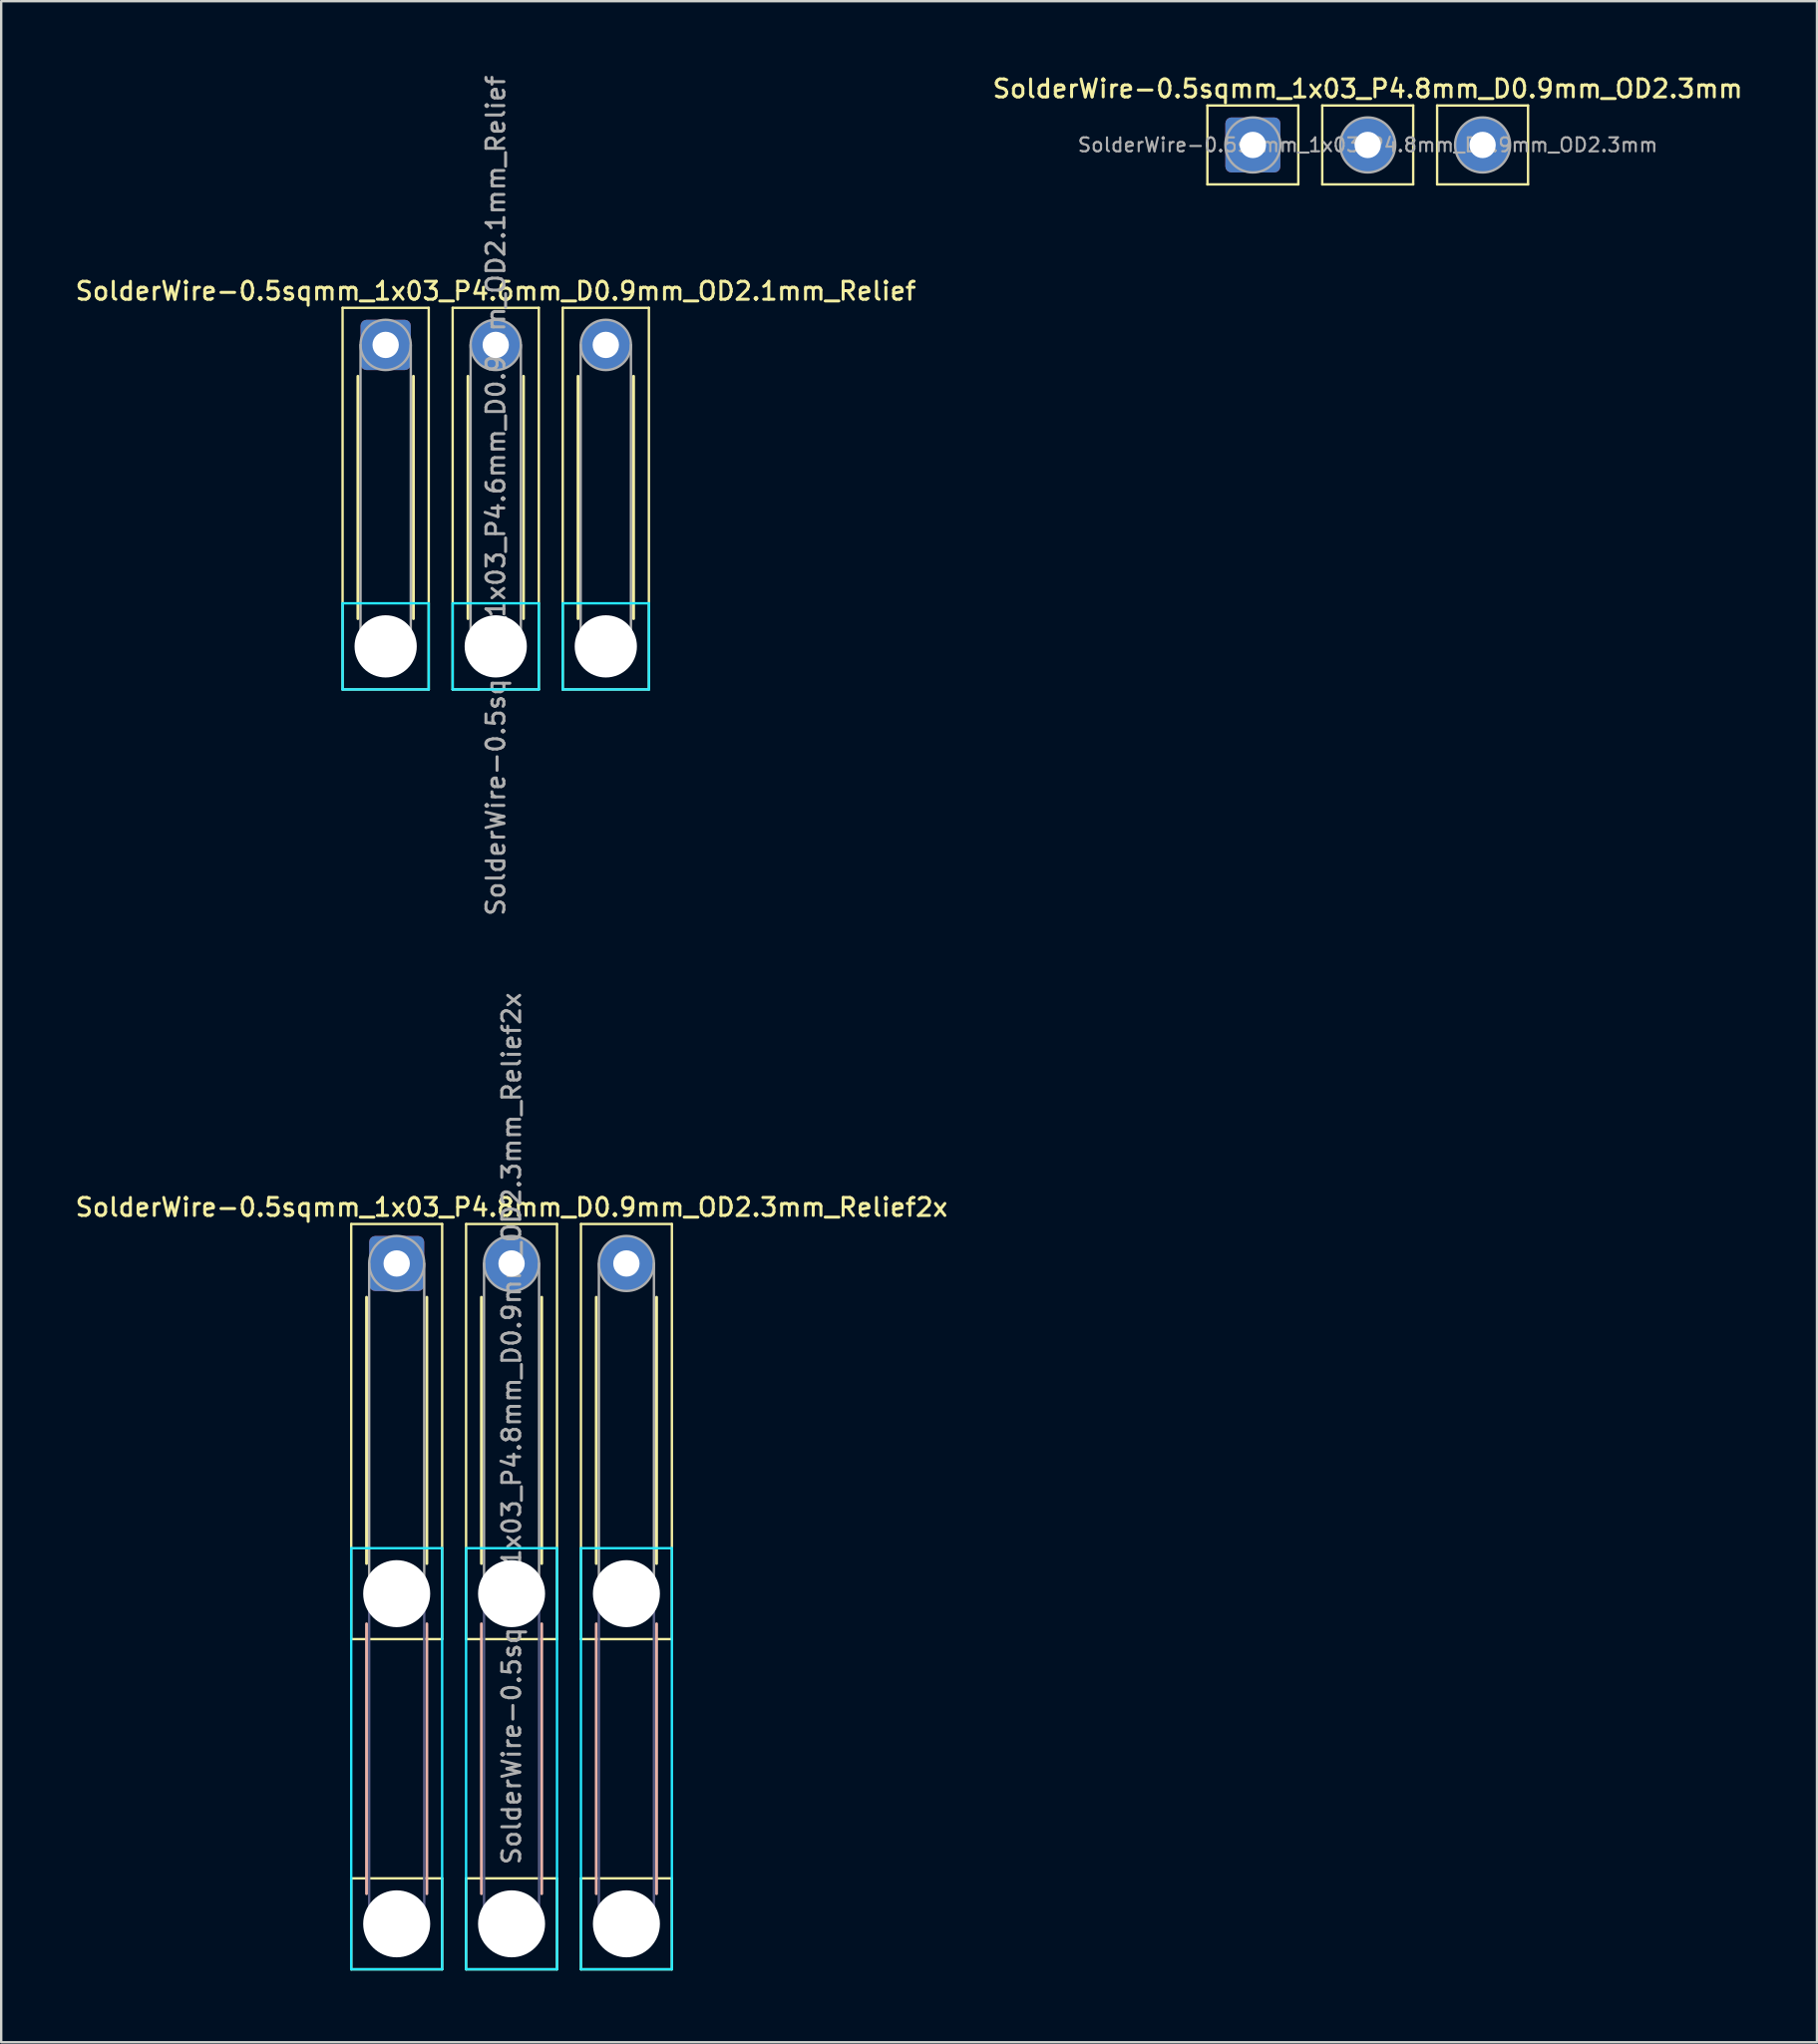
<source format=kicad_pcb>
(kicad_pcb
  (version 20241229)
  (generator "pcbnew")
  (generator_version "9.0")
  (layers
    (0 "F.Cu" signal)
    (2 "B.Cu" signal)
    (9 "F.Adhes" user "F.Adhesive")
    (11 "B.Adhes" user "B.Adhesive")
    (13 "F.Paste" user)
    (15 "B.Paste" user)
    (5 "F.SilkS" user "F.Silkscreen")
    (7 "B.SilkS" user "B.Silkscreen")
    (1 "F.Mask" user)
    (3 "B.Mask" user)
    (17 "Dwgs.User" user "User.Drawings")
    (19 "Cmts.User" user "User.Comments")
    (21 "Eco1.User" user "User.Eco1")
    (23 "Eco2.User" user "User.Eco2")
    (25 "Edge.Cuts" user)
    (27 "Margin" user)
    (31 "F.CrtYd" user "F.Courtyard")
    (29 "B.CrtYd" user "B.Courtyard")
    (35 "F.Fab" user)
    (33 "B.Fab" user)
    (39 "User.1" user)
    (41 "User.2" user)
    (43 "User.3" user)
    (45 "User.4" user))
  (footprint "SolderWire-0.5sqmm_1x03_P4.6mm_D0.9mm_OD2.1mm_Relief"
    (layer "F.Cu")
    (at 13.066 11.366)
    (property "Reference" "SolderWire-0.5sqmm_1x03_P4.6mm_D0.9mm_OD2.1mm_Relief" (at 4.6 -2.25 0) (layer "F.SilkS") (effects (font (size 0.75 0.75) (thickness 0.125))))
    (attr exclude_from_pos_files exclude_from_bom)
    (fp_line (start -1.8 -1.55) (end -1.8 14.4) (stroke (width 0.1) (type solid)) (layer "F.SilkS"))
    (fp_line (start -1.8 14.4) (end 1.8 14.4) (stroke (width 0.1) (type solid)) (layer "F.SilkS"))
    (fp_line (start -1.16 1.31) (end -1.16 11.44) (stroke (width 0.12) (type solid)) (layer "F.SilkS"))
    (fp_line (start 1.16 1.31) (end 1.16 11.44) (stroke (width 0.12) (type solid)) (layer "F.SilkS"))
    (fp_line (start 1.8 -1.55) (end -1.8 -1.55) (stroke (width 0.1) (type solid)) (layer "F.SilkS"))
    (fp_line (start 1.8 14.4) (end 1.8 -1.55) (stroke (width 0.1) (type solid)) (layer "F.SilkS"))
    (fp_line (start 2.8 -1.55) (end 2.8 14.4) (stroke (width 0.1) (type solid)) (layer "F.SilkS"))
    (fp_line (start 2.8 14.4) (end 6.4 14.4) (stroke (width 0.1) (type solid)) (layer "F.SilkS"))
    (fp_line (start 3.44 1.31) (end 3.44 11.44) (stroke (width 0.12) (type solid)) (layer "F.SilkS"))
    (fp_line (start 5.76 1.31) (end 5.76 11.44) (stroke (width 0.12) (type solid)) (layer "F.SilkS"))
    (fp_line (start 6.4 -1.55) (end 2.8 -1.55) (stroke (width 0.1) (type solid)) (layer "F.SilkS"))
    (fp_line (start 6.4 14.4) (end 6.4 -1.55) (stroke (width 0.1) (type solid)) (layer "F.SilkS"))
    (fp_line (start 7.4 -1.55) (end 7.4 14.4) (stroke (width 0.1) (type solid)) (layer "F.SilkS"))
    (fp_line (start 7.4 14.4) (end 11 14.4) (stroke (width 0.1) (type solid)) (layer "F.SilkS"))
    (fp_line (start 8.04 1.31) (end 8.04 11.44) (stroke (width 0.12) (type solid)) (layer "F.SilkS"))
    (fp_line (start 10.36 1.31) (end 10.36 11.44) (stroke (width 0.12) (type solid)) (layer "F.SilkS"))
    (fp_line (start 11 -1.55) (end 7.4 -1.55) (stroke (width 0.1) (type solid)) (layer "F.SilkS"))
    (fp_line (start 11 14.4) (end 11 -1.55) (stroke (width 0.1) (type solid)) (layer "F.SilkS"))
    (fp_line (start -1.8 10.8) (end -1.8 14.4) (stroke (width 0.1) (type solid)) (layer "B.CrtYd"))
    (fp_line (start -1.8 14.4) (end 1.8 14.4) (stroke (width 0.1) (type solid)) (layer "B.CrtYd"))
    (fp_line (start 1.8 10.8) (end -1.8 10.8) (stroke (width 0.1) (type solid)) (layer "B.CrtYd"))
    (fp_line (start 1.8 14.4) (end 1.8 10.8) (stroke (width 0.1) (type solid)) (layer "B.CrtYd"))
    (fp_line (start 2.8 10.8) (end 2.8 14.4) (stroke (width 0.1) (type solid)) (layer "B.CrtYd"))
    (fp_line (start 2.8 14.4) (end 6.4 14.4) (stroke (width 0.1) (type solid)) (layer "B.CrtYd"))
    (fp_line (start 6.4 10.8) (end 2.8 10.8) (stroke (width 0.1) (type solid)) (layer "B.CrtYd"))
    (fp_line (start 6.4 14.4) (end 6.4 10.8) (stroke (width 0.1) (type solid)) (layer "B.CrtYd"))
    (fp_line (start 7.4 10.8) (end 7.4 14.4) (stroke (width 0.1) (type solid)) (layer "B.CrtYd"))
    (fp_line (start 7.4 14.4) (end 11 14.4) (stroke (width 0.1) (type solid)) (layer "B.CrtYd"))
    (fp_line (start 11 10.8) (end 7.4 10.8) (stroke (width 0.1) (type solid)) (layer "B.CrtYd"))
    (fp_line (start 11 14.4) (end 11 10.8) (stroke (width 0.1) (type solid)) (layer "B.CrtYd"))
    (fp_line (start -1.05 0) (end -1.05 12.6) (stroke (width 0.1) (type solid)) (layer "F.Fab"))
    (fp_line (start 1.05 0) (end 1.05 12.6) (stroke (width 0.1) (type solid)) (layer "F.Fab"))
    (fp_line (start 3.55 0) (end 3.55 12.6) (stroke (width 0.1) (type solid)) (layer "F.Fab"))
    (fp_line (start 5.65 0) (end 5.65 12.6) (stroke (width 0.1) (type solid)) (layer "F.Fab"))
    (fp_line (start 8.15 0) (end 8.15 12.6) (stroke (width 0.1) (type solid)) (layer "F.Fab"))
    (fp_line (start 10.25 0) (end 10.25 12.6) (stroke (width 0.1) (type solid)) (layer "F.Fab"))
    (fp_circle (center 0 0) (end 1.05 0) (stroke (width 0.1) (type solid)) (fill no) (layer "F.Fab"))
    (fp_circle (center 0 12.6) (end 1.05 12.6) (stroke (width 0.1) (type solid)) (fill no) (layer "F.Fab"))
    (fp_circle (center 4.6 0) (end 5.65 0) (stroke (width 0.1) (type solid)) (fill no) (layer "F.Fab"))
    (fp_circle (center 4.6 12.6) (end 5.65 12.6) (stroke (width 0.1) (type solid)) (fill no) (layer "F.Fab"))
    (fp_circle (center 9.2 0) (end 10.25 0) (stroke (width 0.1) (type solid)) (fill no) (layer "F.Fab"))
    (fp_circle (center 9.2 12.6) (end 10.25 12.6) (stroke (width 0.1) (type solid)) (fill no) (layer "F.Fab"))
    (fp_text user "${REFERENCE}" (at 4.6 6.3 90) (layer "F.Fab") (effects (font (size 0.75 0.75) (thickness 0.125))))
    (pad "" np_thru_hole circle (at 0 12.6) (size 2.6 2.6) (drill 2.6) (layers "*.Cu" "*.Mask"))
    (pad "" np_thru_hole circle (at 4.6 12.6) (size 2.6 2.6) (drill 2.6) (layers "*.Cu" "*.Mask"))
    (pad "" np_thru_hole circle (at 9.2 12.6) (size 2.6 2.6) (drill 2.6) (layers "*.Cu" "*.Mask"))
    (pad "1" thru_hole roundrect (at 0 0) (size 2.1 2.1) (drill 1.1) (layers "*.Cu" "*.Mask") (roundrect_rratio 0.119))
    (pad "2" thru_hole circle (at 4.6 0) (size 2.1 2.1) (drill 1.1) (layers "*.Cu" "*.Mask"))
    (pad "3" thru_hole circle (at 9.2 0) (size 2.1 2.1) (drill 1.1) (layers "*.Cu" "*.Mask")))
  (footprint "SolderWire-0.5sqmm_1x03_P4.8mm_D0.9mm_OD2.3mm"
    (layer "F.Cu")
    (at 49.305 3.008)
    (property "Reference" "SolderWire-0.5sqmm_1x03_P4.8mm_D0.9mm_OD2.3mm" (at 4.8 -2.35 0) (layer "F.SilkS") (effects (font (size 0.75 0.75) (thickness 0.125))))
    (attr exclude_from_pos_files exclude_from_bom)
    (fp_line (start -1.9 -1.65) (end -1.9 1.65) (stroke (width 0.1) (type solid)) (layer "F.SilkS"))
    (fp_line (start -1.9 1.65) (end 1.9 1.65) (stroke (width 0.1) (type solid)) (layer "F.SilkS"))
    (fp_line (start 1.9 -1.65) (end -1.9 -1.65) (stroke (width 0.1) (type solid)) (layer "F.SilkS"))
    (fp_line (start 1.9 1.65) (end 1.9 -1.65) (stroke (width 0.1) (type solid)) (layer "F.SilkS"))
    (fp_line (start 2.9 -1.65) (end 2.9 1.65) (stroke (width 0.1) (type solid)) (layer "F.SilkS"))
    (fp_line (start 2.9 1.65) (end 6.7 1.65) (stroke (width 0.1) (type solid)) (layer "F.SilkS"))
    (fp_line (start 6.7 -1.65) (end 2.9 -1.65) (stroke (width 0.1) (type solid)) (layer "F.SilkS"))
    (fp_line (start 6.7 1.65) (end 6.7 -1.65) (stroke (width 0.1) (type solid)) (layer "F.SilkS"))
    (fp_line (start 7.7 -1.65) (end 7.7 1.65) (stroke (width 0.1) (type solid)) (layer "F.SilkS"))
    (fp_line (start 7.7 1.65) (end 11.5 1.65) (stroke (width 0.1) (type solid)) (layer "F.SilkS"))
    (fp_line (start 11.5 -1.65) (end 7.7 -1.65) (stroke (width 0.1) (type solid)) (layer "F.SilkS"))
    (fp_line (start 11.5 1.65) (end 11.5 -1.65) (stroke (width 0.1) (type solid)) (layer "F.SilkS"))
    (fp_circle (center 0 0) (end 1.15 0) (stroke (width 0.1) (type solid)) (fill no) (layer "F.Fab"))
    (fp_circle (center 4.8 0) (end 5.95 0) (stroke (width 0.1) (type solid)) (fill no) (layer "F.Fab"))
    (fp_circle (center 9.6 0) (end 10.75 0) (stroke (width 0.1) (type solid)) (fill no) (layer "F.Fab"))
    (fp_text user "${REFERENCE}" (at 4.8 0 0) (layer "F.Fab") (effects (font (size 0.58 0.58) (thickness 0.09))))
    (pad "1" thru_hole roundrect (at 0 0) (size 2.3 2.3) (drill 1.1) (layers "*.Cu" "*.Mask") (roundrect_rratio 0.109))
    (pad "2" thru_hole circle (at 4.8 0) (size 2.3 2.3) (drill 1.1) (layers "*.Cu" "*.Mask"))
    (pad "3" thru_hole circle (at 9.6 0) (size 2.3 2.3) (drill 1.1) (layers "*.Cu" "*.Mask")))
  (footprint "SolderWire-0.5sqmm_1x03_P4.8mm_D0.9mm_OD2.3mm_Relief2x"
    (layer "F.Cu")
    (at 13.527 49.759)
    (property "Reference" "SolderWire-0.5sqmm_1x03_P4.8mm_D0.9mm_OD2.3mm_Relief2x" (at 4.8 -2.35 0) (layer "F.SilkS") (effects (font (size 0.75 0.75) (thickness 0.125))))
    (attr exclude_from_pos_files exclude_from_bom)
    (fp_line (start -1.9 -1.65) (end -1.9 15.7) (stroke (width 0.1) (type solid)) (layer "F.SilkS"))
    (fp_line (start -1.9 15.7) (end 1.9 15.7) (stroke (width 0.1) (type solid)) (layer "F.SilkS"))
    (fp_line (start -1.9 25.7) (end -1.9 29.5) (stroke (width 0.1) (type solid)) (layer "F.SilkS"))
    (fp_line (start -1.9 29.5) (end 1.9 29.5) (stroke (width 0.1) (type solid)) (layer "F.SilkS"))
    (fp_line (start -1.26 1.41) (end -1.26 12.54) (stroke (width 0.12) (type solid)) (layer "F.SilkS"))
    (fp_line (start 1.26 1.41) (end 1.26 12.54) (stroke (width 0.12) (type solid)) (layer "F.SilkS"))
    (fp_line (start 1.9 -1.65) (end -1.9 -1.65) (stroke (width 0.1) (type solid)) (layer "F.SilkS"))
    (fp_line (start 1.9 15.7) (end 1.9 -1.65) (stroke (width 0.1) (type solid)) (layer "F.SilkS"))
    (fp_line (start 1.9 25.7) (end -1.9 25.7) (stroke (width 0.1) (type solid)) (layer "F.SilkS"))
    (fp_line (start 1.9 29.5) (end 1.9 25.7) (stroke (width 0.1) (type solid)) (layer "F.SilkS"))
    (fp_line (start 2.9 -1.65) (end 2.9 15.7) (stroke (width 0.1) (type solid)) (layer "F.SilkS"))
    (fp_line (start 2.9 15.7) (end 6.7 15.7) (stroke (width 0.1) (type solid)) (layer "F.SilkS"))
    (fp_line (start 2.9 25.7) (end 2.9 29.5) (stroke (width 0.1) (type solid)) (layer "F.SilkS"))
    (fp_line (start 2.9 29.5) (end 6.7 29.5) (stroke (width 0.1) (type solid)) (layer "F.SilkS"))
    (fp_line (start 3.54 1.41) (end 3.54 12.54) (stroke (width 0.12) (type solid)) (layer "F.SilkS"))
    (fp_line (start 6.06 1.41) (end 6.06 12.54) (stroke (width 0.12) (type solid)) (layer "F.SilkS"))
    (fp_line (start 6.7 -1.65) (end 2.9 -1.65) (stroke (width 0.1) (type solid)) (layer "F.SilkS"))
    (fp_line (start 6.7 15.7) (end 6.7 -1.65) (stroke (width 0.1) (type solid)) (layer "F.SilkS"))
    (fp_line (start 6.7 25.7) (end 2.9 25.7) (stroke (width 0.1) (type solid)) (layer "F.SilkS"))
    (fp_line (start 6.7 29.5) (end 6.7 25.7) (stroke (width 0.1) (type solid)) (layer "F.SilkS"))
    (fp_line (start 7.7 -1.65) (end 7.7 15.7) (stroke (width 0.1) (type solid)) (layer "F.SilkS"))
    (fp_line (start 7.7 15.7) (end 11.5 15.7) (stroke (width 0.1) (type solid)) (layer "F.SilkS"))
    (fp_line (start 7.7 25.7) (end 7.7 29.5) (stroke (width 0.1) (type solid)) (layer "F.SilkS"))
    (fp_line (start 7.7 29.5) (end 11.5 29.5) (stroke (width 0.1) (type solid)) (layer "F.SilkS"))
    (fp_line (start 8.34 1.41) (end 8.34 12.54) (stroke (width 0.12) (type solid)) (layer "F.SilkS"))
    (fp_line (start 10.86 1.41) (end 10.86 12.54) (stroke (width 0.12) (type solid)) (layer "F.SilkS"))
    (fp_line (start 11.5 -1.65) (end 7.7 -1.65) (stroke (width 0.1) (type solid)) (layer "F.SilkS"))
    (fp_line (start 11.5 15.7) (end 11.5 -1.65) (stroke (width 0.1) (type solid)) (layer "F.SilkS"))
    (fp_line (start 11.5 25.7) (end 7.7 25.7) (stroke (width 0.1) (type solid)) (layer "F.SilkS"))
    (fp_line (start 11.5 29.5) (end 11.5 25.7) (stroke (width 0.1) (type solid)) (layer "F.SilkS"))
    (fp_line (start -1.26 15.06) (end -1.26 26.34) (stroke (width 0.12) (type solid)) (layer "B.SilkS"))
    (fp_line (start 1.26 15.06) (end 1.26 26.34) (stroke (width 0.12) (type solid)) (layer "B.SilkS"))
    (fp_line (start 3.54 15.06) (end 3.54 26.34) (stroke (width 0.12) (type solid)) (layer "B.SilkS"))
    (fp_line (start 6.06 15.06) (end 6.06 26.34) (stroke (width 0.12) (type solid)) (layer "B.SilkS"))
    (fp_line (start 8.34 15.06) (end 8.34 26.34) (stroke (width 0.12) (type solid)) (layer "B.SilkS"))
    (fp_line (start 10.86 15.06) (end 10.86 26.34) (stroke (width 0.12) (type solid)) (layer "B.SilkS"))
    (fp_line (start -1.9 11.9) (end -1.9 29.5) (stroke (width 0.1) (type solid)) (layer "B.CrtYd"))
    (fp_line (start -1.9 29.5) (end 1.9 29.5) (stroke (width 0.1) (type solid)) (layer "B.CrtYd"))
    (fp_line (start 1.9 11.9) (end -1.9 11.9) (stroke (width 0.1) (type solid)) (layer "B.CrtYd"))
    (fp_line (start 1.9 29.5) (end 1.9 11.9) (stroke (width 0.1) (type solid)) (layer "B.CrtYd"))
    (fp_line (start 2.9 11.9) (end 2.9 29.5) (stroke (width 0.1) (type solid)) (layer "B.CrtYd"))
    (fp_line (start 2.9 29.5) (end 6.7 29.5) (stroke (width 0.1) (type solid)) (layer "B.CrtYd"))
    (fp_line (start 6.7 11.9) (end 2.9 11.9) (stroke (width 0.1) (type solid)) (layer "B.CrtYd"))
    (fp_line (start 6.7 29.5) (end 6.7 11.9) (stroke (width 0.1) (type solid)) (layer "B.CrtYd"))
    (fp_line (start 7.7 11.9) (end 7.7 29.5) (stroke (width 0.1) (type solid)) (layer "B.CrtYd"))
    (fp_line (start 7.7 29.5) (end 11.5 29.5) (stroke (width 0.1) (type solid)) (layer "B.CrtYd"))
    (fp_line (start 11.5 11.9) (end 7.7 11.9) (stroke (width 0.1) (type solid)) (layer "B.CrtYd"))
    (fp_line (start 11.5 29.5) (end 11.5 11.9) (stroke (width 0.1) (type solid)) (layer "B.CrtYd"))
    (fp_line (start -1.15 13.8) (end -1.15 27.6) (stroke (width 0.1) (type solid)) (layer "B.Fab"))
    (fp_line (start 1.15 13.8) (end 1.15 27.6) (stroke (width 0.1) (type solid)) (layer "B.Fab"))
    (fp_line (start 3.65 13.8) (end 3.65 27.6) (stroke (width 0.1) (type solid)) (layer "B.Fab"))
    (fp_line (start 5.95 13.8) (end 5.95 27.6) (stroke (width 0.1) (type solid)) (layer "B.Fab"))
    (fp_line (start 8.45 13.8) (end 8.45 27.6) (stroke (width 0.1) (type solid)) (layer "B.Fab"))
    (fp_line (start 10.75 13.8) (end 10.75 27.6) (stroke (width 0.1) (type solid)) (layer "B.Fab"))
    (fp_circle (center 0 13.8) (end 1.15 13.8) (stroke (width 0.1) (type solid)) (fill no) (layer "B.Fab"))
    (fp_circle (center 0 27.6) (end 1.15 27.6) (stroke (width 0.1) (type solid)) (fill no) (layer "B.Fab"))
    (fp_circle (center 4.8 13.8) (end 5.95 13.8) (stroke (width 0.1) (type solid)) (fill no) (layer "B.Fab"))
    (fp_circle (center 4.8 27.6) (end 5.95 27.6) (stroke (width 0.1) (type solid)) (fill no) (layer "B.Fab"))
    (fp_circle (center 9.6 13.8) (end 10.75 13.8) (stroke (width 0.1) (type solid)) (fill no) (layer "B.Fab"))
    (fp_circle (center 9.6 27.6) (end 10.75 27.6) (stroke (width 0.1) (type solid)) (fill no) (layer "B.Fab"))
    (fp_line (start -1.15 0) (end -1.15 13.8) (stroke (width 0.1) (type solid)) (layer "F.Fab"))
    (fp_line (start 1.15 0) (end 1.15 13.8) (stroke (width 0.1) (type solid)) (layer "F.Fab"))
    (fp_line (start 3.65 0) (end 3.65 13.8) (stroke (width 0.1) (type solid)) (layer "F.Fab"))
    (fp_line (start 5.95 0) (end 5.95 13.8) (stroke (width 0.1) (type solid)) (layer "F.Fab"))
    (fp_line (start 8.45 0) (end 8.45 13.8) (stroke (width 0.1) (type solid)) (layer "F.Fab"))
    (fp_line (start 10.75 0) (end 10.75 13.8) (stroke (width 0.1) (type solid)) (layer "F.Fab"))
    (fp_circle (center 0 0) (end 1.15 0) (stroke (width 0.1) (type solid)) (fill no) (layer "F.Fab"))
    (fp_circle (center 0 13.8) (end 1.15 13.8) (stroke (width 0.1) (type solid)) (fill no) (layer "F.Fab"))
    (fp_circle (center 0 27.6) (end 1.15 27.6) (stroke (width 0.1) (type solid)) (fill no) (layer "F.Fab"))
    (fp_circle (center 4.8 0) (end 5.95 0) (stroke (width 0.1) (type solid)) (fill no) (layer "F.Fab"))
    (fp_circle (center 4.8 13.8) (end 5.95 13.8) (stroke (width 0.1) (type solid)) (fill no) (layer "F.Fab"))
    (fp_circle (center 4.8 27.6) (end 5.95 27.6) (stroke (width 0.1) (type solid)) (fill no) (layer "F.Fab"))
    (fp_circle (center 9.6 0) (end 10.75 0) (stroke (width 0.1) (type solid)) (fill no) (layer "F.Fab"))
    (fp_circle (center 9.6 13.8) (end 10.75 13.8) (stroke (width 0.1) (type solid)) (fill no) (layer "F.Fab"))
    (fp_circle (center 9.6 27.6) (end 10.75 27.6) (stroke (width 0.1) (type solid)) (fill no) (layer "F.Fab"))
    (fp_text user "${REFERENCE}" (at 4.8 6.9 90) (layer "F.Fab") (effects (font (size 0.75 0.75) (thickness 0.125))))
    (pad "" np_thru_hole circle (at 0 13.8) (size 2.8 2.8) (drill 2.8) (layers "*.Cu" "*.Mask"))
    (pad "" np_thru_hole circle (at 0 27.6) (size 2.8 2.8) (drill 2.8) (layers "*.Cu" "*.Mask"))
    (pad "" np_thru_hole circle (at 4.8 13.8) (size 2.8 2.8) (drill 2.8) (layers "*.Cu" "*.Mask"))
    (pad "" np_thru_hole circle (at 4.8 27.6) (size 2.8 2.8) (drill 2.8) (layers "*.Cu" "*.Mask"))
    (pad "" np_thru_hole circle (at 9.6 13.8) (size 2.8 2.8) (drill 2.8) (layers "*.Cu" "*.Mask"))
    (pad "" np_thru_hole circle (at 9.6 27.6) (size 2.8 2.8) (drill 2.8) (layers "*.Cu" "*.Mask"))
    (pad "1" thru_hole roundrect (at 0 0) (size 2.3 2.3) (drill 1.1) (layers "*.Cu" "*.Mask") (roundrect_rratio 0.109))
    (pad "2" thru_hole circle (at 4.8 0) (size 2.3 2.3) (drill 1.1) (layers "*.Cu" "*.Mask"))
    (pad "3" thru_hole circle (at 9.6 0) (size 2.3 2.3) (drill 1.1) (layers "*.Cu" "*.Mask")))
  (gr_rect
    (start -3 -3)
    (end 72.879 82.309)
    (stroke (width 0.1) (type default))
    (fill no)
    (layer "Edge.Cuts")))
</source>
